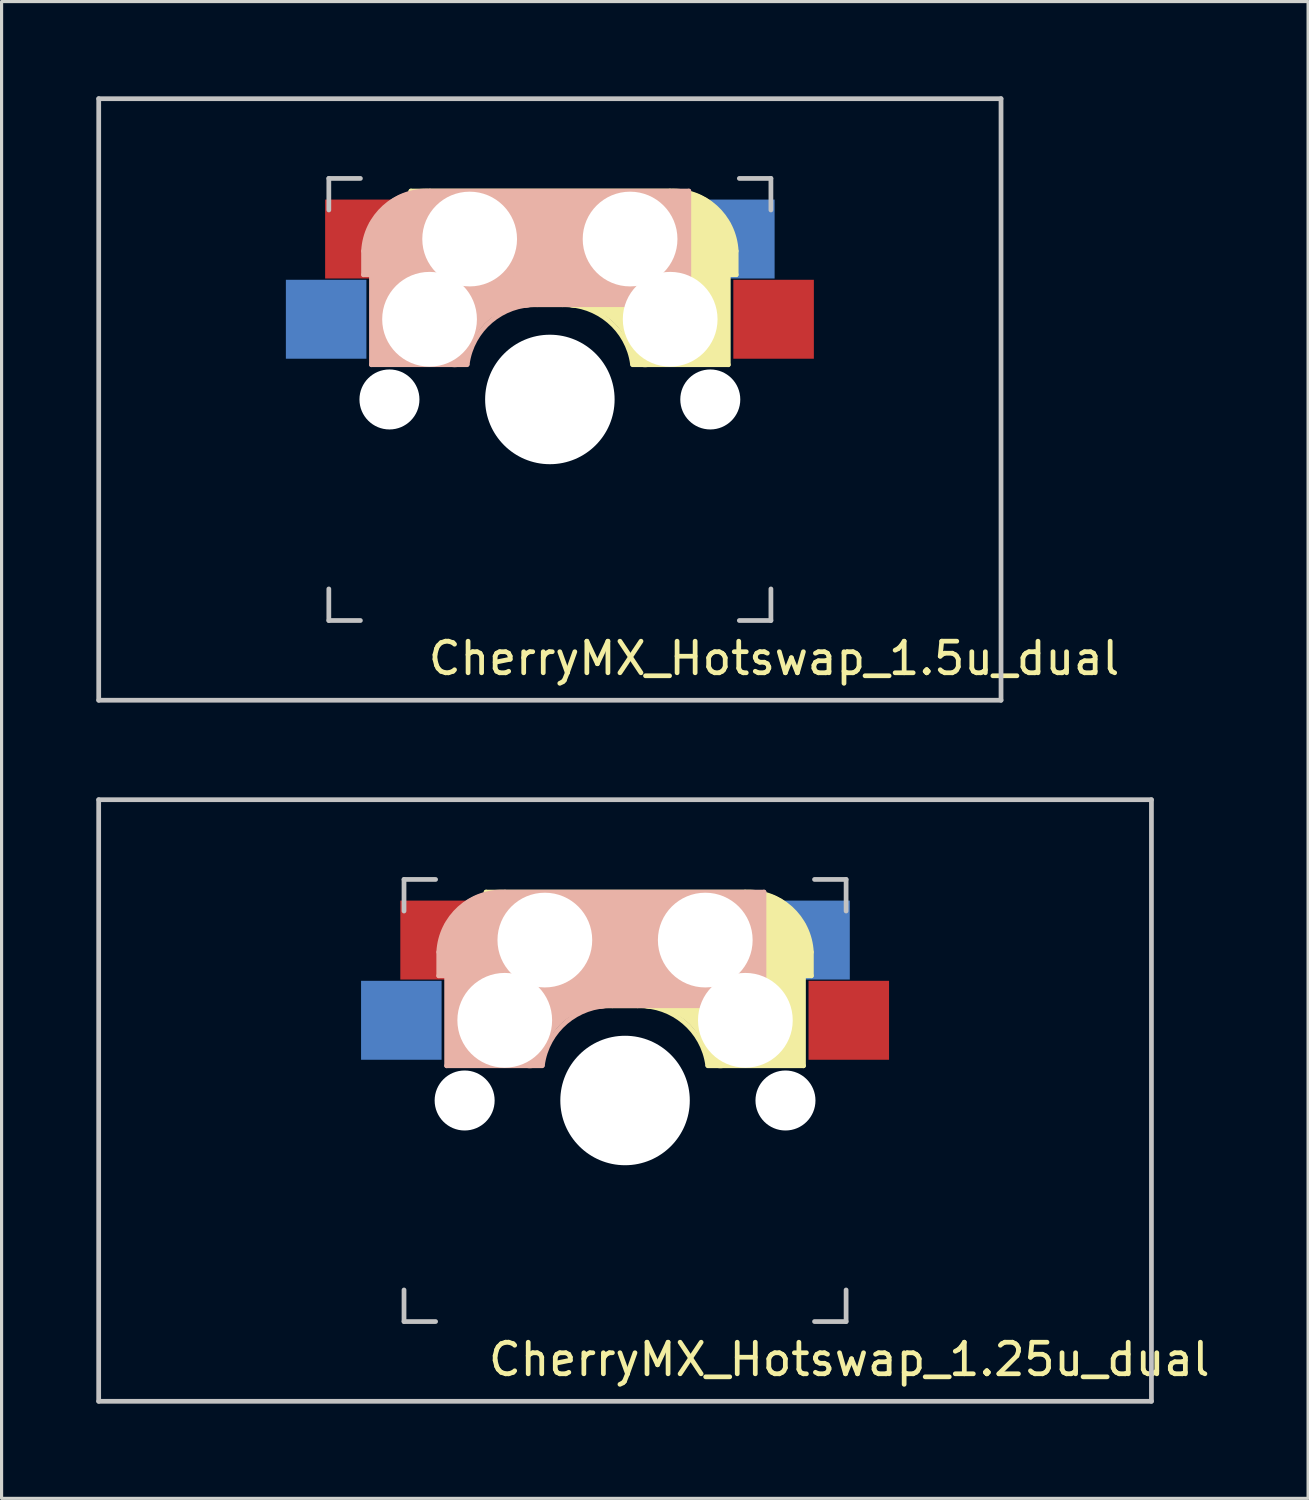
<source format=kicad_pcb>
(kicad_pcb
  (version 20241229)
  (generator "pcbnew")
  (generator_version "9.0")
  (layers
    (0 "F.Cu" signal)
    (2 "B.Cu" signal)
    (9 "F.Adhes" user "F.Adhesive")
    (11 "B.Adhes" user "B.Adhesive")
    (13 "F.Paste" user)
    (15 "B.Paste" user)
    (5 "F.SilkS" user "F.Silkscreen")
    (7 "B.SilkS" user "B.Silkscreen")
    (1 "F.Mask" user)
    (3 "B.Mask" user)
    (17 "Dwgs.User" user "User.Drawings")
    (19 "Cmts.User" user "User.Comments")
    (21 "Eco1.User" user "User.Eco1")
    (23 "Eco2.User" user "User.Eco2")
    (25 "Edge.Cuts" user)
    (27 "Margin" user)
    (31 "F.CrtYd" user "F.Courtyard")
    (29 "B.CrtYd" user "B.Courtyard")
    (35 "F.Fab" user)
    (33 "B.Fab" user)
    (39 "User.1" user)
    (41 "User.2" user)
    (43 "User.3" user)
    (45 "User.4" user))
  (footprint "CherryMX_Hotswap_1.5u_dual"
    (layer "F.Cu")
    (at 14.363 9.6)
    (property "Reference" "CherryMX_Hotswap_1.5u_dual" (at 7.1 8.2 0) (layer "F.SilkS") (effects (font (size 1 1) (thickness 0.15))))
    (fp_line (start -4.4 -6.6) (end 3.8 -6.6) (stroke (width 0.15) (type solid)) (layer "F.SilkS"))
    (fp_line (start -4.4 -3) (end -4.4 -6.6) (stroke (width 0.15) (type solid)) (layer "F.SilkS"))
    (fp_line (start -4.38 -4) (end -4.38 -6.25) (stroke (width 0.15) (type solid)) (layer "F.SilkS"))
    (fp_line (start -4.25 -6.4) (end -3 -6.4) (stroke (width 0.4) (type solid)) (layer "F.SilkS"))
    (fp_line (start -4.2 -3.25) (end -2.9 -3.3) (stroke (width 0.5) (type solid)) (layer "F.SilkS"))
    (fp_line (start -3.9 -6) (end -3.9 -3.5) (stroke (width 1) (type solid)) (layer "F.SilkS"))
    (fp_line (start -2.6 -4.8) (end 4.1 -4.8) (stroke (width 3.5) (type solid)) (layer "F.SilkS"))
    (fp_line (start 0.4 -3) (end -4.4 -3) (stroke (width 0.15) (type solid)) (layer "F.SilkS"))
    (fp_line (start 4.17 -5.1) (end 4.17 -2.86) (stroke (width 3) (type solid)) (layer "F.SilkS"))
    (fp_line (start 5.3 -1.6) (end 5.3 -3.4) (stroke (width 0.8) (type solid)) (layer "F.SilkS"))
    (fp_line (start 5.45 -1.3) (end 3 -1.3) (stroke (width 0.5) (type solid)) (layer "F.SilkS"))
    (fp_line (start 5.65 -5.55) (end 5.65 -1.1) (stroke (width 0.15) (type solid)) (layer "F.SilkS"))
    (fp_line (start 5.65 -1.1) (end 2.62 -1.1) (stroke (width 0.15) (type solid)) (layer "F.SilkS"))
    (fp_line (start 5.8 -4.05) (end 5.8 -4.7) (stroke (width 0.3) (type solid)) (layer "F.SilkS"))
    (fp_line (start 5.9 -4.7) (end 5.9 -3.95) (stroke (width 0.15) (type solid)) (layer "F.SilkS"))
    (fp_line (start 5.9 -3.95) (end 5.7 -3.95) (stroke (width 0.15) (type solid)) (layer "F.SilkS"))
    (fp_arc (start 0.4 -3) (mid 1.868709 -2.486118) (end 2.616318 -1.121471) (stroke (width 0.15) (type solid)) (layer "F.SilkS"))
    (fp_arc (start 0.8 -3.4) (mid 2.268709 -2.886118) (end 3.016318 -1.521471) (stroke (width 1) (type solid)) (layer "F.SilkS"))
    (fp_arc (start 3.800001 -6.6) (mid 5.243504 -6.084924) (end 5.9 -4.699999) (stroke (width 0.15) (type solid)) (layer "F.SilkS"))
    (fp_line (start -5.9 -4.7) (end -5.9 -3.95) (stroke (width 0.15) (type solid)) (layer "B.SilkS"))
    (fp_line (start -5.9 -3.95) (end -5.7 -3.95) (stroke (width 0.15) (type solid)) (layer "B.SilkS"))
    (fp_line (start -5.8 -4.05) (end -5.8 -4.7) (stroke (width 0.3) (type solid)) (layer "B.SilkS"))
    (fp_line (start -5.65 -5.55) (end -5.65 -1.1) (stroke (width 0.15) (type solid)) (layer "B.SilkS"))
    (fp_line (start -5.65 -1.1) (end -2.62 -1.1) (stroke (width 0.15) (type solid)) (layer "B.SilkS"))
    (fp_line (start -5.45 -1.3) (end -3 -1.3) (stroke (width 0.5) (type solid)) (layer "B.SilkS"))
    (fp_line (start -5.3 -1.6) (end -5.3 -3.4) (stroke (width 0.8) (type solid)) (layer "B.SilkS"))
    (fp_line (start -4.17 -5.1) (end -4.17 -2.86) (stroke (width 3) (type solid)) (layer "B.SilkS"))
    (fp_line (start -0.4 -3) (end 4.4 -3) (stroke (width 0.15) (type solid)) (layer "B.SilkS"))
    (fp_line (start 2.6 -4.8) (end -4.1 -4.8) (stroke (width 3.5) (type solid)) (layer "B.SilkS"))
    (fp_line (start 3.9 -6) (end 3.9 -3.5) (stroke (width 1) (type solid)) (layer "B.SilkS"))
    (fp_line (start 4.2 -3.25) (end 2.9 -3.3) (stroke (width 0.5) (type solid)) (layer "B.SilkS"))
    (fp_line (start 4.25 -6.4) (end 3 -6.4) (stroke (width 0.4) (type solid)) (layer "B.SilkS"))
    (fp_line (start 4.38 -4) (end 4.38 -6.25) (stroke (width 0.15) (type solid)) (layer "B.SilkS"))
    (fp_line (start 4.4 -6.6) (end -3.8 -6.6) (stroke (width 0.15) (type solid)) (layer "B.SilkS"))
    (fp_line (start 4.4 -3) (end 4.4 -6.6) (stroke (width 0.15) (type solid)) (layer "B.SilkS"))
    (fp_arc (start -5.9 -4.699999) (mid -5.243504 -6.084924) (end -3.800001 -6.6) (stroke (width 0.15) (type solid)) (layer "B.SilkS"))
    (fp_arc (start -3.016318 -1.521471) (mid -2.268709 -2.886118) (end -0.8 -3.4) (stroke (width 1) (type solid)) (layer "B.SilkS"))
    (fp_arc (start -2.616318 -1.121471) (mid -1.868709 -2.486118) (end -0.4 -3) (stroke (width 0.15) (type solid)) (layer "B.SilkS"))
    (fp_line (start -14.287 -9.525) (end 14.287 -9.525) (stroke (width 0.15) (type solid)) (layer "Dwgs.User"))
    (fp_line (start -14.287 9.525) (end -14.287 -9.525) (stroke (width 0.15) (type solid)) (layer "Dwgs.User"))
    (fp_line (start -7 -7) (end -6 -7) (stroke (width 0.15) (type solid)) (layer "Dwgs.User"))
    (fp_line (start -7 -6) (end -7 -7) (stroke (width 0.15) (type solid)) (layer "Dwgs.User"))
    (fp_line (start -7 6) (end -7 7) (stroke (width 0.15) (type solid)) (layer "Dwgs.User"))
    (fp_line (start -7 7) (end -6 7) (stroke (width 0.15) (type solid)) (layer "Dwgs.User"))
    (fp_line (start 6 7) (end 7 7) (stroke (width 0.15) (type solid)) (layer "Dwgs.User"))
    (fp_line (start 7 -7) (end 6 -7) (stroke (width 0.15) (type solid)) (layer "Dwgs.User"))
    (fp_line (start 7 -7) (end 7 -6) (stroke (width 0.15) (type solid)) (layer "Dwgs.User"))
    (fp_line (start 7 7) (end 7 6) (stroke (width 0.15) (type solid)) (layer "Dwgs.User"))
    (fp_line (start 14.287 -9.525) (end 14.287 9.525) (stroke (width 0.15) (type solid)) (layer "Dwgs.User"))
    (fp_line (start 14.287 9.525) (end -14.287 9.525) (stroke (width 0.15) (type solid)) (layer "Dwgs.User"))
    (pad "" np_thru_hole circle (at -5.08 0) (size 1.9 1.9) (drill 1.9) (layers "*.Cu" "*.Mask"))
    (pad "" np_thru_hole circle (at -3.81 -2.54) (size 3 3) (drill 3) (layers "*.Cu" "*.Mask"))
    (pad "" np_thru_hole circle (at -2.54 -5.08) (size 3 3) (drill 3) (layers "*.Cu" "*.Mask"))
    (pad "" np_thru_hole circle (at 0 0 90) (size 4.1 4.1) (drill 4.1) (layers "*.Cu" "*.Mask"))
    (pad "" np_thru_hole circle (at 2.54 -5.08) (size 3 3) (drill 3) (layers "*.Cu" "*.Mask"))
    (pad "" np_thru_hole circle (at 3.81 -2.54) (size 3 3) (drill 3) (layers "*.Cu" "*.Mask"))
    (pad "" np_thru_hole circle (at 5.08 0) (size 1.9 1.9) (drill 1.9) (layers "*.Cu" "*.Mask"))
    (pad "1" smd rect (at -7.085 -2.54 180) (size 2.55 2.5) (layers "B.Cu" "B.Mask" "B.Paste"))
    (pad "1" smd rect (at 7.085 -2.54 180) (size 2.55 2.5) (layers "F.Cu" "F.Mask" "F.Paste"))
    (pad "2" smd rect (at -5.842 -5.08 180) (size 2.55 2.5) (layers "F.Cu" "F.Mask" "F.Paste"))
    (pad "2" smd rect (at 5.842 -5.08 180) (size 2.55 2.5) (layers "B.Cu" "B.Mask" "B.Paste")))
  (footprint "CherryMX_Hotswap_1.25u_dual"
    (layer "F.Cu")
    (at 16.744 31.8)
    (property "Reference" "CherryMX_Hotswap_1.25u_dual" (at 7.1 8.2 0) (layer "F.SilkS") (effects (font (size 1 1) (thickness 0.15))))
    (fp_line (start -4.4 -6.6) (end 3.8 -6.6) (stroke (width 0.15) (type solid)) (layer "F.SilkS"))
    (fp_line (start -4.4 -3) (end -4.4 -6.6) (stroke (width 0.15) (type solid)) (layer "F.SilkS"))
    (fp_line (start -4.38 -4) (end -4.38 -6.25) (stroke (width 0.15) (type solid)) (layer "F.SilkS"))
    (fp_line (start -4.25 -6.4) (end -3 -6.4) (stroke (width 0.4) (type solid)) (layer "F.SilkS"))
    (fp_line (start -4.2 -3.25) (end -2.9 -3.3) (stroke (width 0.5) (type solid)) (layer "F.SilkS"))
    (fp_line (start -3.9 -6) (end -3.9 -3.5) (stroke (width 1) (type solid)) (layer "F.SilkS"))
    (fp_line (start -2.6 -4.8) (end 4.1 -4.8) (stroke (width 3.5) (type solid)) (layer "F.SilkS"))
    (fp_line (start 0.4 -3) (end -4.4 -3) (stroke (width 0.15) (type solid)) (layer "F.SilkS"))
    (fp_line (start 4.17 -5.1) (end 4.17 -2.86) (stroke (width 3) (type solid)) (layer "F.SilkS"))
    (fp_line (start 5.3 -1.6) (end 5.3 -3.4) (stroke (width 0.8) (type solid)) (layer "F.SilkS"))
    (fp_line (start 5.45 -1.3) (end 3 -1.3) (stroke (width 0.5) (type solid)) (layer "F.SilkS"))
    (fp_line (start 5.65 -5.55) (end 5.65 -1.1) (stroke (width 0.15) (type solid)) (layer "F.SilkS"))
    (fp_line (start 5.65 -1.1) (end 2.62 -1.1) (stroke (width 0.15) (type solid)) (layer "F.SilkS"))
    (fp_line (start 5.8 -4.05) (end 5.8 -4.7) (stroke (width 0.3) (type solid)) (layer "F.SilkS"))
    (fp_line (start 5.9 -4.7) (end 5.9 -3.95) (stroke (width 0.15) (type solid)) (layer "F.SilkS"))
    (fp_line (start 5.9 -3.95) (end 5.7 -3.95) (stroke (width 0.15) (type solid)) (layer "F.SilkS"))
    (fp_arc (start 0.4 -3) (mid 1.868709 -2.486118) (end 2.616318 -1.121471) (stroke (width 0.15) (type solid)) (layer "F.SilkS"))
    (fp_arc (start 0.8 -3.4) (mid 2.268709 -2.886118) (end 3.016318 -1.521471) (stroke (width 1) (type solid)) (layer "F.SilkS"))
    (fp_arc (start 3.800001 -6.6) (mid 5.243504 -6.084924) (end 5.9 -4.699999) (stroke (width 0.15) (type solid)) (layer "F.SilkS"))
    (fp_line (start -5.9 -4.7) (end -5.9 -3.95) (stroke (width 0.15) (type solid)) (layer "B.SilkS"))
    (fp_line (start -5.9 -3.95) (end -5.7 -3.95) (stroke (width 0.15) (type solid)) (layer "B.SilkS"))
    (fp_line (start -5.8 -4.05) (end -5.8 -4.7) (stroke (width 0.3) (type solid)) (layer "B.SilkS"))
    (fp_line (start -5.65 -5.55) (end -5.65 -1.1) (stroke (width 0.15) (type solid)) (layer "B.SilkS"))
    (fp_line (start -5.65 -1.1) (end -2.62 -1.1) (stroke (width 0.15) (type solid)) (layer "B.SilkS"))
    (fp_line (start -5.45 -1.3) (end -3 -1.3) (stroke (width 0.5) (type solid)) (layer "B.SilkS"))
    (fp_line (start -5.3 -1.6) (end -5.3 -3.4) (stroke (width 0.8) (type solid)) (layer "B.SilkS"))
    (fp_line (start -4.17 -5.1) (end -4.17 -2.86) (stroke (width 3) (type solid)) (layer "B.SilkS"))
    (fp_line (start -0.4 -3) (end 4.4 -3) (stroke (width 0.15) (type solid)) (layer "B.SilkS"))
    (fp_line (start 2.6 -4.8) (end -4.1 -4.8) (stroke (width 3.5) (type solid)) (layer "B.SilkS"))
    (fp_line (start 3.9 -6) (end 3.9 -3.5) (stroke (width 1) (type solid)) (layer "B.SilkS"))
    (fp_line (start 4.2 -3.25) (end 2.9 -3.3) (stroke (width 0.5) (type solid)) (layer "B.SilkS"))
    (fp_line (start 4.25 -6.4) (end 3 -6.4) (stroke (width 0.4) (type solid)) (layer "B.SilkS"))
    (fp_line (start 4.38 -4) (end 4.38 -6.25) (stroke (width 0.15) (type solid)) (layer "B.SilkS"))
    (fp_line (start 4.4 -6.6) (end -3.8 -6.6) (stroke (width 0.15) (type solid)) (layer "B.SilkS"))
    (fp_line (start 4.4 -3) (end 4.4 -6.6) (stroke (width 0.15) (type solid)) (layer "B.SilkS"))
    (fp_arc (start -5.9 -4.699999) (mid -5.243504 -6.084924) (end -3.800001 -6.6) (stroke (width 0.15) (type solid)) (layer "B.SilkS"))
    (fp_arc (start -3.016318 -1.521471) (mid -2.268709 -2.886118) (end -0.8 -3.4) (stroke (width 1) (type solid)) (layer "B.SilkS"))
    (fp_arc (start -2.616318 -1.121471) (mid -1.868709 -2.486118) (end -0.4 -3) (stroke (width 0.15) (type solid)) (layer "B.SilkS"))
    (fp_line (start -16.669 -9.525) (end 16.669 -9.525) (stroke (width 0.15) (type solid)) (layer "Dwgs.User"))
    (fp_line (start -16.669 9.525) (end -16.669 -9.525) (stroke (width 0.15) (type solid)) (layer "Dwgs.User"))
    (fp_line (start -7 -7) (end -6 -7) (stroke (width 0.15) (type solid)) (layer "Dwgs.User"))
    (fp_line (start -7 -6) (end -7 -7) (stroke (width 0.15) (type solid)) (layer "Dwgs.User"))
    (fp_line (start -7 6) (end -7 7) (stroke (width 0.15) (type solid)) (layer "Dwgs.User"))
    (fp_line (start -7 7) (end -6 7) (stroke (width 0.15) (type solid)) (layer "Dwgs.User"))
    (fp_line (start 6 7) (end 7 7) (stroke (width 0.15) (type solid)) (layer "Dwgs.User"))
    (fp_line (start 7 -7) (end 6 -7) (stroke (width 0.15) (type solid)) (layer "Dwgs.User"))
    (fp_line (start 7 -7) (end 7 -6) (stroke (width 0.15) (type solid)) (layer "Dwgs.User"))
    (fp_line (start 7 7) (end 7 6) (stroke (width 0.15) (type solid)) (layer "Dwgs.User"))
    (fp_line (start 16.669 -9.525) (end 16.669 9.525) (stroke (width 0.15) (type solid)) (layer "Dwgs.User"))
    (fp_line (start 16.669 9.525) (end -16.669 9.525) (stroke (width 0.15) (type solid)) (layer "Dwgs.User"))
    (pad "" np_thru_hole circle (at -5.08 0) (size 1.9 1.9) (drill 1.9) (layers "*.Cu" "*.Mask"))
    (pad "" np_thru_hole circle (at -3.81 -2.54) (size 3 3) (drill 3) (layers "*.Cu" "*.Mask"))
    (pad "" np_thru_hole circle (at -2.54 -5.08) (size 3 3) (drill 3) (layers "*.Cu" "*.Mask"))
    (pad "" np_thru_hole circle (at 0 0 90) (size 4.1 4.1) (drill 4.1) (layers "*.Cu" "*.Mask"))
    (pad "" np_thru_hole circle (at 2.54 -5.08) (size 3 3) (drill 3) (layers "*.Cu" "*.Mask"))
    (pad "" np_thru_hole circle (at 3.81 -2.54) (size 3 3) (drill 3) (layers "*.Cu" "*.Mask"))
    (pad "" np_thru_hole circle (at 5.08 0) (size 1.9 1.9) (drill 1.9) (layers "*.Cu" "*.Mask"))
    (pad "1" smd rect (at -7.085 -2.54 180) (size 2.55 2.5) (layers "B.Cu" "B.Mask" "B.Paste"))
    (pad "1" smd rect (at 7.085 -2.54 180) (size 2.55 2.5) (layers "F.Cu" "F.Mask" "F.Paste"))
    (pad "2" smd rect (at -5.842 -5.08 180) (size 2.55 2.5) (layers "F.Cu" "F.Mask" "F.Paste"))
    (pad "2" smd rect (at 5.842 -5.08 180) (size 2.55 2.5) (layers "B.Cu" "B.Mask" "B.Paste")))
  (gr_rect
    (start -3 -3)
    (end 38.374 44.4)
    (stroke (width 0.1) (type default))
    (fill no)
    (layer "Edge.Cuts")))
</source>
